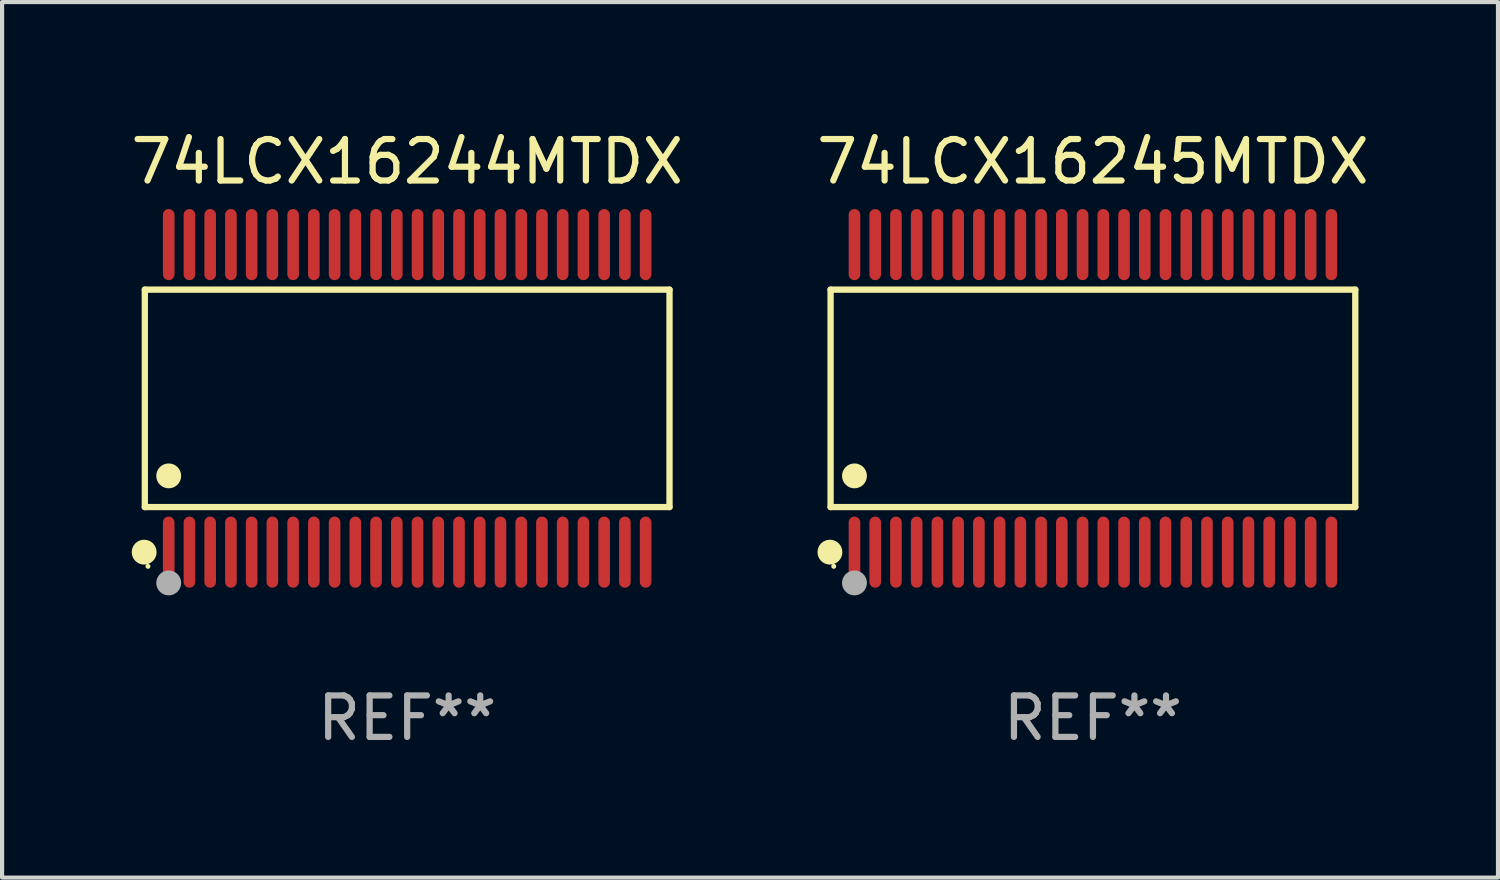
<source format=kicad_pcb>
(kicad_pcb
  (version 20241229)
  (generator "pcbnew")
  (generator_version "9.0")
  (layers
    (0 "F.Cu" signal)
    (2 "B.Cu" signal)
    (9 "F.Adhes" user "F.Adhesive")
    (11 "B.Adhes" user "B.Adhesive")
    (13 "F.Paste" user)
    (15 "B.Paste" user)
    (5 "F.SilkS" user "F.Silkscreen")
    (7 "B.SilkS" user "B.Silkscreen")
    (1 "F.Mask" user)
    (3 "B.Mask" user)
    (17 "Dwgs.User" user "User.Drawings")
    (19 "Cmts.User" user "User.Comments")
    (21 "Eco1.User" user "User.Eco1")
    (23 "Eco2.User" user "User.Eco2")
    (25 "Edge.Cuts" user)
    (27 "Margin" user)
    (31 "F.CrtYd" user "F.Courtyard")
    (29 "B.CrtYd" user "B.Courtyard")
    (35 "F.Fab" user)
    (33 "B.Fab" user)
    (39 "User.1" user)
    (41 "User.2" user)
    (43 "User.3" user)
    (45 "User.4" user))
  (footprint "74LCX16244MTDX"
    (layer "F.Cu")
    (at 6.768 6.556)
    (property "Reference" "74LCX16244MTDX" (at 0 -5.708 0) (layer "F.SilkS") (effects (font (size 1 1) (thickness 0.15))))
    (attr through_hole)
    (fp_line (start -6.326 -2.622) (end 6.326 -2.622) (stroke (width 0.152) (type solid)) (layer "F.SilkS"))
    (fp_line (start -6.326 2.621) (end -6.326 -2.622) (stroke (width 0.152) (type solid)) (layer "F.SilkS"))
    (fp_line (start 6.326 -2.622) (end 6.326 2.621) (stroke (width 0.152) (type solid)) (layer "F.SilkS"))
    (fp_line (start 6.326 2.621) (end -6.326 2.621) (stroke (width 0.152) (type solid)) (layer "F.SilkS"))
    (fp_circle (center -6.342 3.708) (end -6.192 3.708) (stroke (width 0.3) (type solid)) (fill no) (layer "F.SilkS"))
    (fp_circle (center -6.25 4.05) (end -6.22 4.05) (stroke (width 0.06) (type solid)) (fill no) (layer "F.SilkS"))
    (fp_circle (center -5.75 1.869) (end -5.6 1.869) (stroke (width 0.3) (type solid)) (fill no) (layer "F.SilkS"))
    (fp_circle (center -5.75 4.45) (end -5.6 4.45) (stroke (width 0.3) (type solid)) (fill no) (layer "F.Fab"))
    (fp_text user "REF**" (at 0 7.708 0) (layer "F.Fab") (effects (font (size 1 1) (thickness 0.15))))
    (pad "1" smd oval (at -5.75 3.708) (size 0.28 1.715) (layers "F.Cu" "F.Mask" "F.Paste"))
    (pad "2" smd oval (at -5.25 3.708) (size 0.28 1.715) (layers "F.Cu" "F.Mask" "F.Paste"))
    (pad "3" smd oval (at -4.75 3.708) (size 0.28 1.715) (layers "F.Cu" "F.Mask" "F.Paste"))
    (pad "4" smd oval (at -4.25 3.708) (size 0.28 1.715) (layers "F.Cu" "F.Mask" "F.Paste"))
    (pad "5" smd oval (at -3.75 3.708) (size 0.28 1.715) (layers "F.Cu" "F.Mask" "F.Paste"))
    (pad "6" smd oval (at -3.25 3.708) (size 0.28 1.715) (layers "F.Cu" "F.Mask" "F.Paste"))
    (pad "7" smd oval (at -2.75 3.708) (size 0.28 1.715) (layers "F.Cu" "F.Mask" "F.Paste"))
    (pad "8" smd oval (at -2.25 3.708) (size 0.28 1.715) (layers "F.Cu" "F.Mask" "F.Paste"))
    (pad "9" smd oval (at -1.75 3.708) (size 0.28 1.715) (layers "F.Cu" "F.Mask" "F.Paste"))
    (pad "10" smd oval (at -1.25 3.708) (size 0.28 1.715) (layers "F.Cu" "F.Mask" "F.Paste"))
    (pad "11" smd oval (at -0.75 3.708) (size 0.28 1.715) (layers "F.Cu" "F.Mask" "F.Paste"))
    (pad "12" smd oval (at -0.25 3.708) (size 0.28 1.715) (layers "F.Cu" "F.Mask" "F.Paste"))
    (pad "13" smd oval (at 0.25 3.708) (size 0.28 1.715) (layers "F.Cu" "F.Mask" "F.Paste"))
    (pad "14" smd oval (at 0.75 3.708) (size 0.28 1.715) (layers "F.Cu" "F.Mask" "F.Paste"))
    (pad "15" smd oval (at 1.25 3.708) (size 0.28 1.715) (layers "F.Cu" "F.Mask" "F.Paste"))
    (pad "16" smd oval (at 1.75 3.708) (size 0.28 1.715) (layers "F.Cu" "F.Mask" "F.Paste"))
    (pad "17" smd oval (at 2.25 3.708) (size 0.28 1.715) (layers "F.Cu" "F.Mask" "F.Paste"))
    (pad "18" smd oval (at 2.75 3.708) (size 0.28 1.715) (layers "F.Cu" "F.Mask" "F.Paste"))
    (pad "19" smd oval (at 3.25 3.708) (size 0.28 1.715) (layers "F.Cu" "F.Mask" "F.Paste"))
    (pad "20" smd oval (at 3.75 3.708) (size 0.28 1.715) (layers "F.Cu" "F.Mask" "F.Paste"))
    (pad "21" smd oval (at 4.25 3.708) (size 0.28 1.715) (layers "F.Cu" "F.Mask" "F.Paste"))
    (pad "22" smd oval (at 4.75 3.708) (size 0.28 1.715) (layers "F.Cu" "F.Mask" "F.Paste"))
    (pad "23" smd oval (at 5.25 3.708) (size 0.28 1.715) (layers "F.Cu" "F.Mask" "F.Paste"))
    (pad "24" smd oval (at 5.75 3.708) (size 0.28 1.715) (layers "F.Cu" "F.Mask" "F.Paste"))
    (pad "25" smd oval (at 5.75 -3.708) (size 0.28 1.715) (layers "F.Cu" "F.Mask" "F.Paste"))
    (pad "26" smd oval (at 5.25 -3.708) (size 0.28 1.715) (layers "F.Cu" "F.Mask" "F.Paste"))
    (pad "27" smd oval (at 4.75 -3.708) (size 0.28 1.715) (layers "F.Cu" "F.Mask" "F.Paste"))
    (pad "28" smd oval (at 4.25 -3.708) (size 0.28 1.715) (layers "F.Cu" "F.Mask" "F.Paste"))
    (pad "29" smd oval (at 3.75 -3.708) (size 0.28 1.715) (layers "F.Cu" "F.Mask" "F.Paste"))
    (pad "30" smd oval (at 3.25 -3.708) (size 0.28 1.715) (layers "F.Cu" "F.Mask" "F.Paste"))
    (pad "31" smd oval (at 2.75 -3.708) (size 0.28 1.715) (layers "F.Cu" "F.Mask" "F.Paste"))
    (pad "32" smd oval (at 2.25 -3.708) (size 0.28 1.715) (layers "F.Cu" "F.Mask" "F.Paste"))
    (pad "33" smd oval (at 1.75 -3.708) (size 0.28 1.715) (layers "F.Cu" "F.Mask" "F.Paste"))
    (pad "34" smd oval (at 1.25 -3.708) (size 0.28 1.715) (layers "F.Cu" "F.Mask" "F.Paste"))
    (pad "35" smd oval (at 0.75 -3.708) (size 0.28 1.715) (layers "F.Cu" "F.Mask" "F.Paste"))
    (pad "36" smd oval (at 0.25 -3.708) (size 0.28 1.715) (layers "F.Cu" "F.Mask" "F.Paste"))
    (pad "37" smd oval (at -0.25 -3.708) (size 0.28 1.715) (layers "F.Cu" "F.Mask" "F.Paste"))
    (pad "38" smd oval (at -0.75 -3.708) (size 0.28 1.715) (layers "F.Cu" "F.Mask" "F.Paste"))
    (pad "39" smd oval (at -1.25 -3.708) (size 0.28 1.715) (layers "F.Cu" "F.Mask" "F.Paste"))
    (pad "40" smd oval (at -1.75 -3.708) (size 0.28 1.715) (layers "F.Cu" "F.Mask" "F.Paste"))
    (pad "41" smd oval (at -2.25 -3.708) (size 0.28 1.715) (layers "F.Cu" "F.Mask" "F.Paste"))
    (pad "42" smd oval (at -2.75 -3.708) (size 0.28 1.715) (layers "F.Cu" "F.Mask" "F.Paste"))
    (pad "43" smd oval (at -3.25 -3.708) (size 0.28 1.715) (layers "F.Cu" "F.Mask" "F.Paste"))
    (pad "44" smd oval (at -3.75 -3.708) (size 0.28 1.715) (layers "F.Cu" "F.Mask" "F.Paste"))
    (pad "45" smd oval (at -4.25 -3.708) (size 0.28 1.715) (layers "F.Cu" "F.Mask" "F.Paste"))
    (pad "46" smd oval (at -4.75 -3.708) (size 0.28 1.715) (layers "F.Cu" "F.Mask" "F.Paste"))
    (pad "47" smd oval (at -5.25 -3.708) (size 0.28 1.715) (layers "F.Cu" "F.Mask" "F.Paste"))
    (pad "48" smd oval (at -5.75 -3.708) (size 0.28 1.715) (layers "F.Cu" "F.Mask" "F.Paste")))
  (footprint "74LCX16245MTDX"
    (layer "F.Cu")
    (at 23.304 6.556)
    (property "Reference" "74LCX16245MTDX" (at 0 -5.708 0) (layer "F.SilkS") (effects (font (size 1 1) (thickness 0.15))))
    (attr through_hole)
    (fp_line (start -6.326 -2.622) (end 6.326 -2.622) (stroke (width 0.152) (type solid)) (layer "F.SilkS"))
    (fp_line (start -6.326 2.621) (end -6.326 -2.622) (stroke (width 0.152) (type solid)) (layer "F.SilkS"))
    (fp_line (start 6.326 -2.622) (end 6.326 2.621) (stroke (width 0.152) (type solid)) (layer "F.SilkS"))
    (fp_line (start 6.326 2.621) (end -6.326 2.621) (stroke (width 0.152) (type solid)) (layer "F.SilkS"))
    (fp_circle (center -6.342 3.708) (end -6.192 3.708) (stroke (width 0.3) (type solid)) (fill no) (layer "F.SilkS"))
    (fp_circle (center -6.25 4.05) (end -6.22 4.05) (stroke (width 0.06) (type solid)) (fill no) (layer "F.SilkS"))
    (fp_circle (center -5.75 1.869) (end -5.6 1.869) (stroke (width 0.3) (type solid)) (fill no) (layer "F.SilkS"))
    (fp_circle (center -5.75 4.45) (end -5.6 4.45) (stroke (width 0.3) (type solid)) (fill no) (layer "F.Fab"))
    (fp_text user "REF**" (at 0 7.708 0) (layer "F.Fab") (effects (font (size 1 1) (thickness 0.15))))
    (pad "1" smd oval (at -5.75 3.708) (size 0.28 1.715) (layers "F.Cu" "F.Mask" "F.Paste"))
    (pad "2" smd oval (at -5.25 3.708) (size 0.28 1.715) (layers "F.Cu" "F.Mask" "F.Paste"))
    (pad "3" smd oval (at -4.75 3.708) (size 0.28 1.715) (layers "F.Cu" "F.Mask" "F.Paste"))
    (pad "4" smd oval (at -4.25 3.708) (size 0.28 1.715) (layers "F.Cu" "F.Mask" "F.Paste"))
    (pad "5" smd oval (at -3.75 3.708) (size 0.28 1.715) (layers "F.Cu" "F.Mask" "F.Paste"))
    (pad "6" smd oval (at -3.25 3.708) (size 0.28 1.715) (layers "F.Cu" "F.Mask" "F.Paste"))
    (pad "7" smd oval (at -2.75 3.708) (size 0.28 1.715) (layers "F.Cu" "F.Mask" "F.Paste"))
    (pad "8" smd oval (at -2.25 3.708) (size 0.28 1.715) (layers "F.Cu" "F.Mask" "F.Paste"))
    (pad "9" smd oval (at -1.75 3.708) (size 0.28 1.715) (layers "F.Cu" "F.Mask" "F.Paste"))
    (pad "10" smd oval (at -1.25 3.708) (size 0.28 1.715) (layers "F.Cu" "F.Mask" "F.Paste"))
    (pad "11" smd oval (at -0.75 3.708) (size 0.28 1.715) (layers "F.Cu" "F.Mask" "F.Paste"))
    (pad "12" smd oval (at -0.25 3.708) (size 0.28 1.715) (layers "F.Cu" "F.Mask" "F.Paste"))
    (pad "13" smd oval (at 0.25 3.708) (size 0.28 1.715) (layers "F.Cu" "F.Mask" "F.Paste"))
    (pad "14" smd oval (at 0.75 3.708) (size 0.28 1.715) (layers "F.Cu" "F.Mask" "F.Paste"))
    (pad "15" smd oval (at 1.25 3.708) (size 0.28 1.715) (layers "F.Cu" "F.Mask" "F.Paste"))
    (pad "16" smd oval (at 1.75 3.708) (size 0.28 1.715) (layers "F.Cu" "F.Mask" "F.Paste"))
    (pad "17" smd oval (at 2.25 3.708) (size 0.28 1.715) (layers "F.Cu" "F.Mask" "F.Paste"))
    (pad "18" smd oval (at 2.75 3.708) (size 0.28 1.715) (layers "F.Cu" "F.Mask" "F.Paste"))
    (pad "19" smd oval (at 3.25 3.708) (size 0.28 1.715) (layers "F.Cu" "F.Mask" "F.Paste"))
    (pad "20" smd oval (at 3.75 3.708) (size 0.28 1.715) (layers "F.Cu" "F.Mask" "F.Paste"))
    (pad "21" smd oval (at 4.25 3.708) (size 0.28 1.715) (layers "F.Cu" "F.Mask" "F.Paste"))
    (pad "22" smd oval (at 4.75 3.708) (size 0.28 1.715) (layers "F.Cu" "F.Mask" "F.Paste"))
    (pad "23" smd oval (at 5.25 3.708) (size 0.28 1.715) (layers "F.Cu" "F.Mask" "F.Paste"))
    (pad "24" smd oval (at 5.75 3.708) (size 0.28 1.715) (layers "F.Cu" "F.Mask" "F.Paste"))
    (pad "25" smd oval (at 5.75 -3.708) (size 0.28 1.715) (layers "F.Cu" "F.Mask" "F.Paste"))
    (pad "26" smd oval (at 5.25 -3.708) (size 0.28 1.715) (layers "F.Cu" "F.Mask" "F.Paste"))
    (pad "27" smd oval (at 4.75 -3.708) (size 0.28 1.715) (layers "F.Cu" "F.Mask" "F.Paste"))
    (pad "28" smd oval (at 4.25 -3.708) (size 0.28 1.715) (layers "F.Cu" "F.Mask" "F.Paste"))
    (pad "29" smd oval (at 3.75 -3.708) (size 0.28 1.715) (layers "F.Cu" "F.Mask" "F.Paste"))
    (pad "30" smd oval (at 3.25 -3.708) (size 0.28 1.715) (layers "F.Cu" "F.Mask" "F.Paste"))
    (pad "31" smd oval (at 2.75 -3.708) (size 0.28 1.715) (layers "F.Cu" "F.Mask" "F.Paste"))
    (pad "32" smd oval (at 2.25 -3.708) (size 0.28 1.715) (layers "F.Cu" "F.Mask" "F.Paste"))
    (pad "33" smd oval (at 1.75 -3.708) (size 0.28 1.715) (layers "F.Cu" "F.Mask" "F.Paste"))
    (pad "34" smd oval (at 1.25 -3.708) (size 0.28 1.715) (layers "F.Cu" "F.Mask" "F.Paste"))
    (pad "35" smd oval (at 0.75 -3.708) (size 0.28 1.715) (layers "F.Cu" "F.Mask" "F.Paste"))
    (pad "36" smd oval (at 0.25 -3.708) (size 0.28 1.715) (layers "F.Cu" "F.Mask" "F.Paste"))
    (pad "37" smd oval (at -0.25 -3.708) (size 0.28 1.715) (layers "F.Cu" "F.Mask" "F.Paste"))
    (pad "38" smd oval (at -0.75 -3.708) (size 0.28 1.715) (layers "F.Cu" "F.Mask" "F.Paste"))
    (pad "39" smd oval (at -1.25 -3.708) (size 0.28 1.715) (layers "F.Cu" "F.Mask" "F.Paste"))
    (pad "40" smd oval (at -1.75 -3.708) (size 0.28 1.715) (layers "F.Cu" "F.Mask" "F.Paste"))
    (pad "41" smd oval (at -2.25 -3.708) (size 0.28 1.715) (layers "F.Cu" "F.Mask" "F.Paste"))
    (pad "42" smd oval (at -2.75 -3.708) (size 0.28 1.715) (layers "F.Cu" "F.Mask" "F.Paste"))
    (pad "43" smd oval (at -3.25 -3.708) (size 0.28 1.715) (layers "F.Cu" "F.Mask" "F.Paste"))
    (pad "44" smd oval (at -3.75 -3.708) (size 0.28 1.715) (layers "F.Cu" "F.Mask" "F.Paste"))
    (pad "45" smd oval (at -4.25 -3.708) (size 0.28 1.715) (layers "F.Cu" "F.Mask" "F.Paste"))
    (pad "46" smd oval (at -4.75 -3.708) (size 0.28 1.715) (layers "F.Cu" "F.Mask" "F.Paste"))
    (pad "47" smd oval (at -5.25 -3.708) (size 0.28 1.715) (layers "F.Cu" "F.Mask" "F.Paste"))
    (pad "48" smd oval (at -5.75 -3.708) (size 0.28 1.715) (layers "F.Cu" "F.Mask" "F.Paste")))
  (gr_rect
    (start -3 -3)
    (end 33.071 18.112)
    (stroke (width 0.1) (type default))
    (fill no)
    (layer "Edge.Cuts")))
</source>
